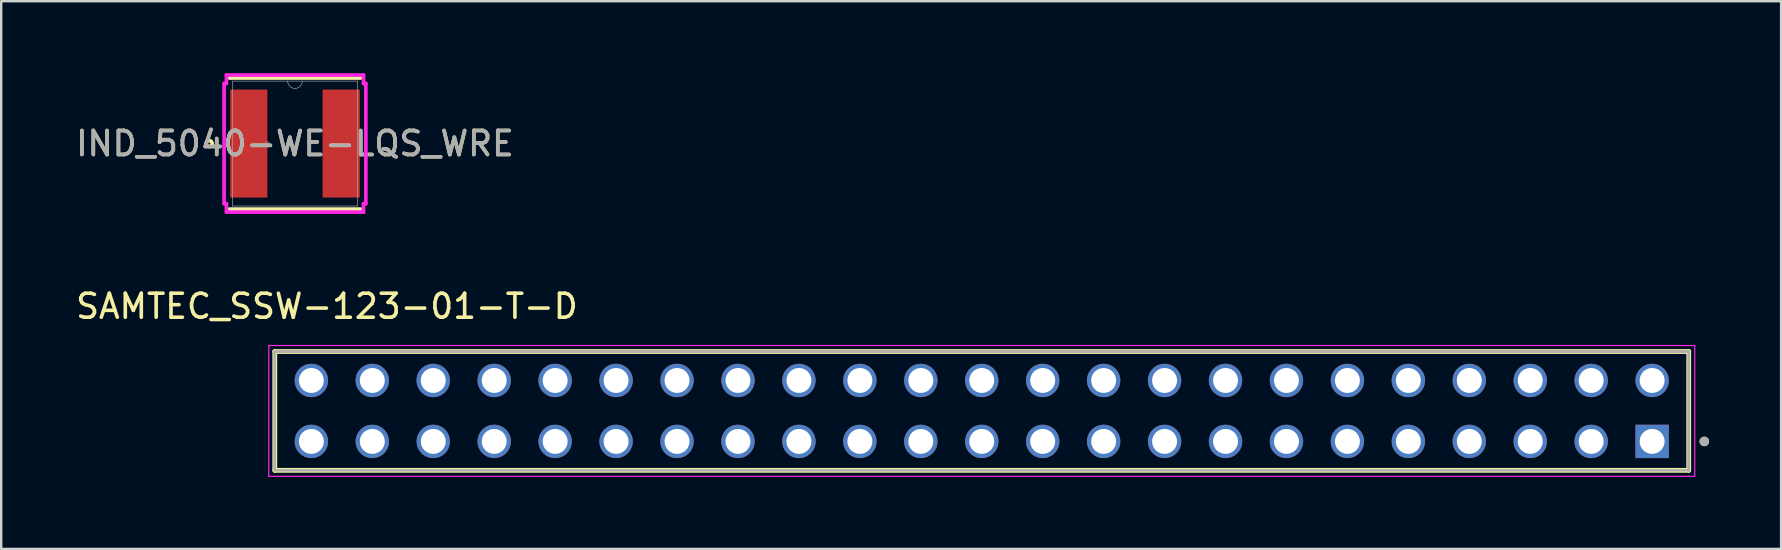
<source format=kicad_pcb>
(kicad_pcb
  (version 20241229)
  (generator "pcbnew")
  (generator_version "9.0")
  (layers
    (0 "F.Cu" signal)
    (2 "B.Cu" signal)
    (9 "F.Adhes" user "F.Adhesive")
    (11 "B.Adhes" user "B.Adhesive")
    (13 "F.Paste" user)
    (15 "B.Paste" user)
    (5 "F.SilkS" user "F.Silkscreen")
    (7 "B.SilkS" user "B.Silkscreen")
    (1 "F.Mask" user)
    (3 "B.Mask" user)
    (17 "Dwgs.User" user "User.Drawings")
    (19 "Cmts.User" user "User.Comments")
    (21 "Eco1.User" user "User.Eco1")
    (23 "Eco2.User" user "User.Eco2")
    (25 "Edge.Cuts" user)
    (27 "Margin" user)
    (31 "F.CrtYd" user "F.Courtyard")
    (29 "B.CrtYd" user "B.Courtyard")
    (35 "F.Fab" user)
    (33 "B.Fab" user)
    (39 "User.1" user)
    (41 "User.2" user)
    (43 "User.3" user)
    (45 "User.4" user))
  (footprint "IND_5040-WE-LQS_WRE"
    (layer "F.Cu")
    (at 9.244 2.934)
    (property "Reference" "IND_5040-WE-LQS_WRE" (at 0 0 0) (unlocked yes) (layer "F.SilkS") (effects (font (size 1 1) (thickness 0.15))))
    (attr smd)
    (fp_line (start -2.731 2.731) (end 2.731 2.731) (stroke (width 0.152) (type solid)) (layer "F.SilkS"))
    (fp_line (start 2.731 -2.731) (end -2.731 -2.731) (stroke (width 0.152) (type solid)) (layer "F.SilkS"))
    (fp_circle (center -3.577 0) (end -3.45 0) (stroke (width 0.152) (type solid)) (fill no) (layer "F.SilkS"))
    (fp_line (start -2.954 -2.504) (end -2.857 -2.504) (stroke (width 0.152) (type solid)) (layer "F.CrtYd"))
    (fp_line (start -2.954 2.504) (end -2.954 -2.504) (stroke (width 0.152) (type solid)) (layer "F.CrtYd"))
    (fp_line (start -2.954 2.504) (end -2.857 2.504) (stroke (width 0.152) (type solid)) (layer "F.CrtYd"))
    (fp_line (start -2.857 -2.857) (end 2.857 -2.857) (stroke (width 0.152) (type solid)) (layer "F.CrtYd"))
    (fp_line (start -2.857 -2.504) (end -2.857 -2.857) (stroke (width 0.152) (type solid)) (layer "F.CrtYd"))
    (fp_line (start -2.857 2.857) (end -2.857 2.504) (stroke (width 0.152) (type solid)) (layer "F.CrtYd"))
    (fp_line (start 2.857 -2.857) (end 2.857 -2.504) (stroke (width 0.152) (type solid)) (layer "F.CrtYd"))
    (fp_line (start 2.857 2.504) (end 2.857 2.857) (stroke (width 0.152) (type solid)) (layer "F.CrtYd"))
    (fp_line (start 2.857 2.857) (end -2.857 2.857) (stroke (width 0.152) (type solid)) (layer "F.CrtYd"))
    (fp_line (start 2.954 -2.504) (end 2.857 -2.504) (stroke (width 0.152) (type solid)) (layer "F.CrtYd"))
    (fp_line (start 2.954 -2.504) (end 2.954 2.504) (stroke (width 0.152) (type solid)) (layer "F.CrtYd"))
    (fp_line (start 2.954 2.504) (end 2.857 2.504) (stroke (width 0.152) (type solid)) (layer "F.CrtYd"))
    (fp_line (start -2.603 -2.603) (end -2.603 2.603) (stroke (width 0.025) (type solid)) (layer "F.Fab"))
    (fp_line (start -2.603 2.603) (end 2.603 2.603) (stroke (width 0.025) (type solid)) (layer "F.Fab"))
    (fp_line (start 2.603 -2.603) (end -2.603 -2.603) (stroke (width 0.025) (type solid)) (layer "F.Fab"))
    (fp_line (start 2.603 2.603) (end 2.603 -2.603) (stroke (width 0.025) (type solid)) (layer "F.Fab"))
    (fp_arc (start 0.3048 -2.6035) (mid 0 -2.2987) (end -0.3048 -2.6035) (stroke (width 0.0254) (type solid)) (layer "F.Fab"))
    (fp_circle (center -1.15 0) (end -1.074 0) (stroke (width 0.025) (type solid)) (fill no) (layer "F.Fab"))
    (fp_text user "${REFERENCE}" (at 0 0 0) (unlocked yes) (layer "F.Fab") (effects (font (size 1 1) (thickness 0.15))))
    (pad "1" smd rect (at -1.925 0) (size 1.55 4.5) (layers "F.Cu" "F.Mask" "F.Paste"))
    (pad "2" smd rect (at 1.925 0) (size 1.55 4.5) (layers "F.Cu" "F.Mask" "F.Paste")))
  (footprint "SAMTEC_SSW-123-01-T-D"
    (layer "F.Cu")
    (at 65.807 15.347)
    (property "Reference" "SAMTEC_SSW-123-01-T-D" (at -55.23 -5.631 0) (layer "F.SilkS") (effects (font (size 1 1) (thickness 0.15))))
    (attr through_hole)
    (fp_line (start -57.405 1.206) (end -57.405 -3.747) (stroke (width 0.2) (type solid)) (layer "F.SilkS"))
    (fp_line (start 1.525 -3.747) (end -57.405 -3.747) (stroke (width 0.2) (type solid)) (layer "F.SilkS"))
    (fp_line (start 1.525 -3.747) (end 1.525 1.206) (stroke (width 0.2) (type solid)) (layer "F.SilkS"))
    (fp_line (start 1.525 1.206) (end -57.405 1.206) (stroke (width 0.2) (type solid)) (layer "F.SilkS"))
    (fp_circle (center 2.175 0) (end 2.275 0) (stroke (width 0.2) (type solid)) (fill no) (layer "F.SilkS"))
    (fp_line (start -57.655 -3.997) (end 1.775 -3.997) (stroke (width 0.05) (type solid)) (layer "F.CrtYd"))
    (fp_line (start -57.655 1.456) (end -57.655 -3.997) (stroke (width 0.05) (type solid)) (layer "F.CrtYd"))
    (fp_line (start 1.775 -3.997) (end 1.775 1.456) (stroke (width 0.05) (type solid)) (layer "F.CrtYd"))
    (fp_line (start 1.775 1.456) (end -57.655 1.456) (stroke (width 0.05) (type solid)) (layer "F.CrtYd"))
    (fp_line (start -57.405 -3.747) (end 1.525 -3.747) (stroke (width 0.1) (type solid)) (layer "F.Fab"))
    (fp_line (start -57.405 -3.747) (end 1.525 -3.747) (stroke (width 0.1) (type solid)) (layer "F.Fab"))
    (fp_line (start -57.405 1.206) (end -57.405 -3.747) (stroke (width 0.1) (type solid)) (layer "F.Fab"))
    (fp_line (start -57.405 1.206) (end -57.405 -3.747) (stroke (width 0.1) (type solid)) (layer "F.Fab"))
    (fp_line (start 1.525 -3.747) (end 1.525 1.206) (stroke (width 0.1) (type solid)) (layer "F.Fab"))
    (fp_line (start 1.525 -3.747) (end 1.525 1.206) (stroke (width 0.1) (type solid)) (layer "F.Fab"))
    (fp_line (start 1.525 1.206) (end -57.405 1.206) (stroke (width 0.1) (type solid)) (layer "F.Fab"))
    (fp_circle (center 2.175 0) (end 2.275 0) (stroke (width 0.2) (type solid)) (fill no) (layer "F.Fab"))
    (pad "1" thru_hole rect (at 0 0) (size 1.39 1.39) (drill 1.04) (layers "*.Cu" "*.Mask"))
    (pad "2" thru_hole circle (at 0 -2.54) (size 1.39 1.39) (drill 1.04) (layers "*.Cu" "*.Mask"))
    (pad "3" thru_hole circle (at -2.54 0) (size 1.39 1.39) (drill 1.04) (layers "*.Cu" "*.Mask"))
    (pad "4" thru_hole circle (at -2.54 -2.54) (size 1.39 1.39) (drill 1.04) (layers "*.Cu" "*.Mask"))
    (pad "5" thru_hole circle (at -5.08 0) (size 1.39 1.39) (drill 1.04) (layers "*.Cu" "*.Mask"))
    (pad "6" thru_hole circle (at -5.08 -2.54) (size 1.39 1.39) (drill 1.04) (layers "*.Cu" "*.Mask"))
    (pad "7" thru_hole circle (at -7.62 0) (size 1.39 1.39) (drill 1.04) (layers "*.Cu" "*.Mask"))
    (pad "8" thru_hole circle (at -7.62 -2.54) (size 1.39 1.39) (drill 1.04) (layers "*.Cu" "*.Mask"))
    (pad "9" thru_hole circle (at -10.16 0) (size 1.39 1.39) (drill 1.04) (layers "*.Cu" "*.Mask"))
    (pad "10" thru_hole circle (at -10.16 -2.54) (size 1.39 1.39) (drill 1.04) (layers "*.Cu" "*.Mask"))
    (pad "11" thru_hole circle (at -12.7 0) (size 1.39 1.39) (drill 1.04) (layers "*.Cu" "*.Mask"))
    (pad "12" thru_hole circle (at -12.7 -2.54) (size 1.39 1.39) (drill 1.04) (layers "*.Cu" "*.Mask"))
    (pad "13" thru_hole circle (at -15.24 0) (size 1.39 1.39) (drill 1.04) (layers "*.Cu" "*.Mask"))
    (pad "14" thru_hole circle (at -15.24 -2.54) (size 1.39 1.39) (drill 1.04) (layers "*.Cu" "*.Mask"))
    (pad "15" thru_hole circle (at -17.78 0) (size 1.39 1.39) (drill 1.04) (layers "*.Cu" "*.Mask"))
    (pad "16" thru_hole circle (at -17.78 -2.54) (size 1.39 1.39) (drill 1.04) (layers "*.Cu" "*.Mask"))
    (pad "17" thru_hole circle (at -20.32 0) (size 1.39 1.39) (drill 1.04) (layers "*.Cu" "*.Mask"))
    (pad "18" thru_hole circle (at -20.32 -2.54) (size 1.39 1.39) (drill 1.04) (layers "*.Cu" "*.Mask"))
    (pad "19" thru_hole circle (at -22.86 0) (size 1.39 1.39) (drill 1.04) (layers "*.Cu" "*.Mask"))
    (pad "20" thru_hole circle (at -22.86 -2.54) (size 1.39 1.39) (drill 1.04) (layers "*.Cu" "*.Mask"))
    (pad "21" thru_hole circle (at -25.4 0) (size 1.39 1.39) (drill 1.04) (layers "*.Cu" "*.Mask"))
    (pad "22" thru_hole circle (at -25.4 -2.54) (size 1.39 1.39) (drill 1.04) (layers "*.Cu" "*.Mask"))
    (pad "23" thru_hole circle (at -27.94 0) (size 1.39 1.39) (drill 1.04) (layers "*.Cu" "*.Mask"))
    (pad "24" thru_hole circle (at -27.94 -2.54) (size 1.39 1.39) (drill 1.04) (layers "*.Cu" "*.Mask"))
    (pad "25" thru_hole circle (at -30.48 0) (size 1.39 1.39) (drill 1.04) (layers "*.Cu" "*.Mask"))
    (pad "26" thru_hole circle (at -30.48 -2.54) (size 1.39 1.39) (drill 1.04) (layers "*.Cu" "*.Mask"))
    (pad "27" thru_hole circle (at -33.02 0) (size 1.39 1.39) (drill 1.04) (layers "*.Cu" "*.Mask"))
    (pad "28" thru_hole circle (at -33.02 -2.54) (size 1.39 1.39) (drill 1.04) (layers "*.Cu" "*.Mask"))
    (pad "29" thru_hole circle (at -35.56 0) (size 1.39 1.39) (drill 1.04) (layers "*.Cu" "*.Mask"))
    (pad "30" thru_hole circle (at -35.56 -2.54) (size 1.39 1.39) (drill 1.04) (layers "*.Cu" "*.Mask"))
    (pad "31" thru_hole circle (at -38.1 0) (size 1.39 1.39) (drill 1.04) (layers "*.Cu" "*.Mask"))
    (pad "32" thru_hole circle (at -38.1 -2.54) (size 1.39 1.39) (drill 1.04) (layers "*.Cu" "*.Mask"))
    (pad "33" thru_hole circle (at -40.64 0) (size 1.39 1.39) (drill 1.04) (layers "*.Cu" "*.Mask"))
    (pad "34" thru_hole circle (at -40.64 -2.54) (size 1.39 1.39) (drill 1.04) (layers "*.Cu" "*.Mask"))
    (pad "35" thru_hole circle (at -43.18 0) (size 1.39 1.39) (drill 1.04) (layers "*.Cu" "*.Mask"))
    (pad "36" thru_hole circle (at -43.18 -2.54) (size 1.39 1.39) (drill 1.04) (layers "*.Cu" "*.Mask"))
    (pad "37" thru_hole circle (at -45.72 0) (size 1.39 1.39) (drill 1.04) (layers "*.Cu" "*.Mask"))
    (pad "38" thru_hole circle (at -45.72 -2.54) (size 1.39 1.39) (drill 1.04) (layers "*.Cu" "*.Mask"))
    (pad "39" thru_hole circle (at -48.26 0) (size 1.39 1.39) (drill 1.04) (layers "*.Cu" "*.Mask"))
    (pad "40" thru_hole circle (at -48.26 -2.54) (size 1.39 1.39) (drill 1.04) (layers "*.Cu" "*.Mask"))
    (pad "41" thru_hole circle (at -50.8 0) (size 1.39 1.39) (drill 1.04) (layers "*.Cu" "*.Mask"))
    (pad "42" thru_hole circle (at -50.8 -2.54) (size 1.39 1.39) (drill 1.04) (layers "*.Cu" "*.Mask"))
    (pad "43" thru_hole circle (at -53.34 0) (size 1.39 1.39) (drill 1.04) (layers "*.Cu" "*.Mask"))
    (pad "44" thru_hole circle (at -53.34 -2.54) (size 1.39 1.39) (drill 1.04) (layers "*.Cu" "*.Mask"))
    (pad "45" thru_hole circle (at -55.88 0) (size 1.39 1.39) (drill 1.04) (layers "*.Cu" "*.Mask"))
    (pad "46" thru_hole circle (at -55.88 -2.54) (size 1.39 1.39) (drill 1.04) (layers "*.Cu" "*.Mask")))
  (gr_rect
    (start -3 -3)
    (end 71.182 19.829)
    (stroke (width 0.1) (type default))
    (fill no)
    (layer "Edge.Cuts")))
</source>
